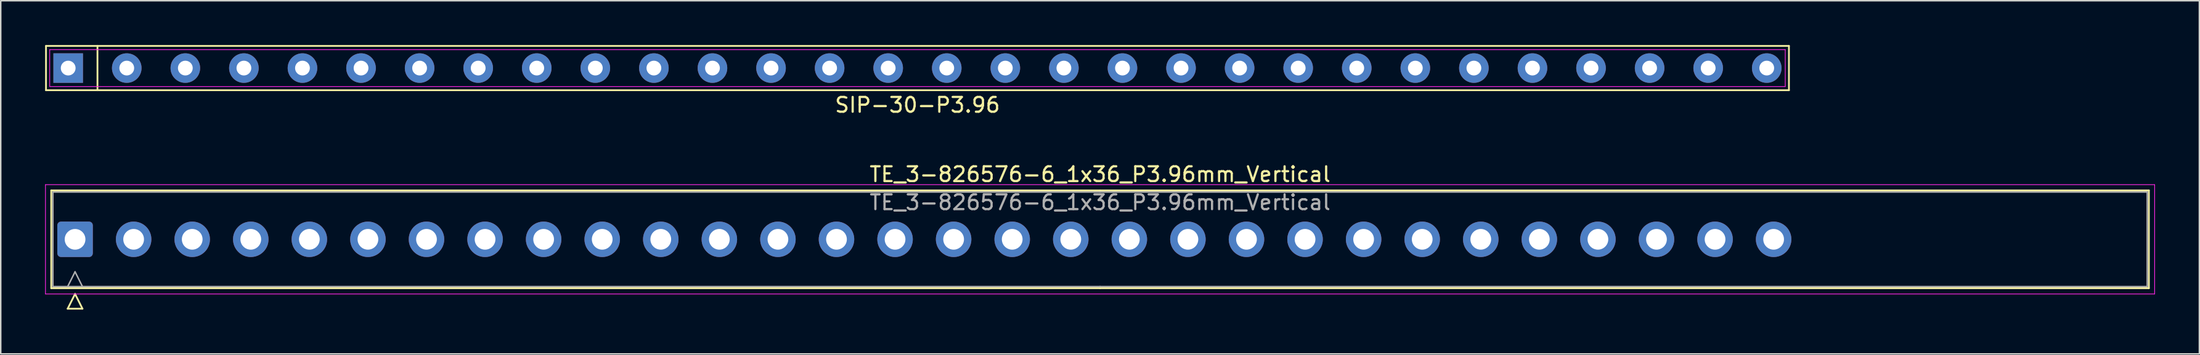
<source format=kicad_pcb>
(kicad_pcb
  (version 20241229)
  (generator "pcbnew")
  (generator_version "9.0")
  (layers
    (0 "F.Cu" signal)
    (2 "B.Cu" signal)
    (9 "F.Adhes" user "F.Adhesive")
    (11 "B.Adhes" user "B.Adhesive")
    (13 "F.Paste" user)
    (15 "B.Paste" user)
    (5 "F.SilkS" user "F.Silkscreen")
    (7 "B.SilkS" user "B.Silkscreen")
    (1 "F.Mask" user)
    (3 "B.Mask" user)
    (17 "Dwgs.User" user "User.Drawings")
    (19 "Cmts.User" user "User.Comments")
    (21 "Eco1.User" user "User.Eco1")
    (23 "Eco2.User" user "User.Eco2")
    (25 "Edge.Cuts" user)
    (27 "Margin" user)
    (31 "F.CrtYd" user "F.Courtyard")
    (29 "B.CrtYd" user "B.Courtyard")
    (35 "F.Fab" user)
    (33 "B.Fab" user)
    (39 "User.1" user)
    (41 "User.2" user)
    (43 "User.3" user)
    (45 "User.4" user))
  (footprint "SIP-30-P3.96"
    (layer "F.Cu")
    (at 58.98 1.56)
    (property "Reference" "SIP-30-P3.96" (at 0 2.5 0) (layer "F.SilkS") (effects (font (size 1 1) (thickness 0.15))))
    (attr through_hole)
    (fp_line (start -58.92 -1.5) (end 58.92 -1.5) (stroke (width 0.12) (type solid)) (layer "F.SilkS"))
    (fp_line (start -58.92 1.5) (end -58.92 -1.5) (stroke (width 0.12) (type solid)) (layer "F.SilkS"))
    (fp_line (start -55.44 -1.5) (end -55.44 1.5) (stroke (width 0.12) (type solid)) (layer "F.SilkS"))
    (fp_line (start 58.92 -1.5) (end 58.92 1.5) (stroke (width 0.12) (type solid)) (layer "F.SilkS"))
    (fp_line (start 58.92 1.5) (end -58.92 1.5) (stroke (width 0.12) (type solid)) (layer "F.SilkS"))
    (fp_line (start -58.67 -1.25) (end 58.67 -1.25) (stroke (width 0.05) (type solid)) (layer "F.CrtYd"))
    (fp_line (start -58.67 1.25) (end -58.67 -1.25) (stroke (width 0.05) (type solid)) (layer "F.CrtYd"))
    (fp_line (start 58.67 -1.25) (end 58.67 1.25) (stroke (width 0.05) (type solid)) (layer "F.CrtYd"))
    (fp_line (start 58.67 1.25) (end -58.67 1.25) (stroke (width 0.05) (type solid)) (layer "F.CrtYd"))
    (pad "1" thru_hole rect (at -57.42 0) (size 2 2) (drill 1) (layers "*.Cu" "*.Mask"))
    (pad "2" thru_hole circle (at -53.46 0) (size 2 2) (drill 1) (layers "*.Cu" "*.Mask"))
    (pad "3" thru_hole circle (at -49.5 0) (size 2 2) (drill 1) (layers "*.Cu" "*.Mask"))
    (pad "4" thru_hole circle (at -45.54 0) (size 2 2) (drill 1) (layers "*.Cu" "*.Mask"))
    (pad "5" thru_hole circle (at -41.58 0) (size 2 2) (drill 1) (layers "*.Cu" "*.Mask"))
    (pad "6" thru_hole circle (at -37.62 0) (size 2 2) (drill 1) (layers "*.Cu" "*.Mask"))
    (pad "7" thru_hole circle (at -33.66 0) (size 2 2) (drill 1) (layers "*.Cu" "*.Mask"))
    (pad "8" thru_hole circle (at -29.7 0) (size 2 2) (drill 1) (layers "*.Cu" "*.Mask"))
    (pad "9" thru_hole circle (at -25.74 0) (size 2 2) (drill 1) (layers "*.Cu" "*.Mask"))
    (pad "10" thru_hole circle (at -21.78 0) (size 2 2) (drill 1) (layers "*.Cu" "*.Mask"))
    (pad "11" thru_hole circle (at -17.82 0) (size 2 2) (drill 1) (layers "*.Cu" "*.Mask"))
    (pad "12" thru_hole circle (at -13.86 0) (size 2 2) (drill 1) (layers "*.Cu" "*.Mask"))
    (pad "13" thru_hole circle (at -9.9 0) (size 2 2) (drill 1) (layers "*.Cu" "*.Mask"))
    (pad "14" thru_hole circle (at -5.94 0) (size 2 2) (drill 1) (layers "*.Cu" "*.Mask"))
    (pad "15" thru_hole circle (at -1.98 0) (size 2 2) (drill 1) (layers "*.Cu" "*.Mask"))
    (pad "16" thru_hole circle (at 1.98 0) (size 2 2) (drill 1) (layers "*.Cu" "*.Mask"))
    (pad "17" thru_hole circle (at 5.94 0) (size 2 2) (drill 1) (layers "*.Cu" "*.Mask"))
    (pad "18" thru_hole circle (at 9.9 0) (size 2 2) (drill 1) (layers "*.Cu" "*.Mask"))
    (pad "19" thru_hole circle (at 13.86 0) (size 2 2) (drill 1) (layers "*.Cu" "*.Mask"))
    (pad "20" thru_hole circle (at 17.82 0) (size 2 2) (drill 1) (layers "*.Cu" "*.Mask"))
    (pad "21" thru_hole circle (at 21.78 0) (size 2 2) (drill 1) (layers "*.Cu" "*.Mask"))
    (pad "22" thru_hole circle (at 25.74 0) (size 2 2) (drill 1) (layers "*.Cu" "*.Mask"))
    (pad "23" thru_hole circle (at 29.7 0) (size 2 2) (drill 1) (layers "*.Cu" "*.Mask"))
    (pad "24" thru_hole circle (at 33.66 0) (size 2 2) (drill 1) (layers "*.Cu" "*.Mask"))
    (pad "25" thru_hole circle (at 37.62 0) (size 2 2) (drill 1) (layers "*.Cu" "*.Mask"))
    (pad "26" thru_hole circle (at 41.58 0) (size 2 2) (drill 1) (layers "*.Cu" "*.Mask"))
    (pad "27" thru_hole circle (at 45.54 0) (size 2 2) (drill 1) (layers "*.Cu" "*.Mask"))
    (pad "28" thru_hole circle (at 49.5 0) (size 2 2) (drill 1) (layers "*.Cu" "*.Mask"))
    (pad "29" thru_hole circle (at 53.46 0) (size 2 2) (drill 1) (layers "*.Cu" "*.Mask"))
    (pad "30" thru_hole circle (at 57.42 0) (size 2 2) (drill 1) (layers "*.Cu" "*.Mask")))
  (footprint "TE_3-826576-6_1x36_P3.96mm_Vertical"
    (layer "F.Cu")
    (at 2.025 13.156)
    (property "Reference" "TE_3-826576-6_1x36_P3.96mm_Vertical" (at 69.3 -4.4 0) (layer "F.SilkS") (effects (font (size 1 1) (thickness 0.15))))
    (attr through_hole)
    (fp_line (start -1.61 -3.31) (end -1.61 3.31) (stroke (width 0.12) (type solid)) (layer "F.SilkS"))
    (fp_line (start -1.61 3.31) (end 69.3 3.31) (stroke (width 0.12) (type solid)) (layer "F.SilkS"))
    (fp_line (start -0.5 4.7) (end 0 3.7) (stroke (width 0.12) (type solid)) (layer "F.SilkS"))
    (fp_line (start 0 3.7) (end 0.5 4.7) (stroke (width 0.12) (type solid)) (layer "F.SilkS"))
    (fp_line (start 0.5 4.7) (end -0.5 4.7) (stroke (width 0.12) (type solid)) (layer "F.SilkS"))
    (fp_line (start 69.3 -3.31) (end -1.61 -3.31) (stroke (width 0.12) (type solid)) (layer "F.SilkS"))
    (fp_line (start 69.3 -3.31) (end 140.21 -3.31) (stroke (width 0.12) (type solid)) (layer "F.SilkS"))
    (fp_line (start 140.21 -3.31) (end 140.21 3.31) (stroke (width 0.12) (type solid)) (layer "F.SilkS"))
    (fp_line (start 140.21 3.31) (end 69.3 3.31) (stroke (width 0.12) (type solid)) (layer "F.SilkS"))
    (fp_line (start -2 -3.7) (end -2 3.7) (stroke (width 0.05) (type solid)) (layer "F.CrtYd"))
    (fp_line (start -2 3.7) (end 140.6 3.7) (stroke (width 0.05) (type solid)) (layer "F.CrtYd"))
    (fp_line (start 140.6 -3.7) (end -2 -3.7) (stroke (width 0.05) (type solid)) (layer "F.CrtYd"))
    (fp_line (start 140.6 3.7) (end 140.6 -3.7) (stroke (width 0.05) (type solid)) (layer "F.CrtYd"))
    (fp_line (start -1.5 -3.2) (end -1.5 3.2) (stroke (width 0.1) (type solid)) (layer "F.Fab"))
    (fp_line (start -1.5 3.2) (end 69.3 3.2) (stroke (width 0.1) (type solid)) (layer "F.Fab"))
    (fp_line (start -0.5 3.2) (end 0 2.2) (stroke (width 0.1) (type solid)) (layer "F.Fab"))
    (fp_line (start 0 2.2) (end 0.5 3.2) (stroke (width 0.1) (type solid)) (layer "F.Fab"))
    (fp_line (start 69.3 -3.2) (end -1.5 -3.2) (stroke (width 0.1) (type solid)) (layer "F.Fab"))
    (fp_line (start 69.3 -3.2) (end 140.1 -3.2) (stroke (width 0.1) (type solid)) (layer "F.Fab"))
    (fp_line (start 140.1 -3.2) (end 140.1 3.2) (stroke (width 0.1) (type solid)) (layer "F.Fab"))
    (fp_line (start 140.1 3.2) (end 69.3 3.2) (stroke (width 0.1) (type solid)) (layer "F.Fab"))
    (fp_text user "${REFERENCE}" (at 69.3 -2.5 0) (layer "F.Fab") (effects (font (size 1 1) (thickness 0.15))))
    (pad "1" thru_hole roundrect (at 0 0) (size 2.4 2.4) (drill 1.4) (layers "*.Cu" "*.Mask") (roundrect_rratio 0.104))
    (pad "2" thru_hole circle (at 3.96 0) (size 2.4 2.4) (drill 1.4) (layers "*.Cu" "*.Mask"))
    (pad "3" thru_hole circle (at 7.92 0) (size 2.4 2.4) (drill 1.4) (layers "*.Cu" "*.Mask"))
    (pad "4" thru_hole circle (at 11.88 0) (size 2.4 2.4) (drill 1.4) (layers "*.Cu" "*.Mask"))
    (pad "5" thru_hole circle (at 15.84 0) (size 2.4 2.4) (drill 1.4) (layers "*.Cu" "*.Mask"))
    (pad "6" thru_hole circle (at 19.8 0) (size 2.4 2.4) (drill 1.4) (layers "*.Cu" "*.Mask"))
    (pad "7" thru_hole circle (at 23.76 0) (size 2.4 2.4) (drill 1.4) (layers "*.Cu" "*.Mask"))
    (pad "8" thru_hole circle (at 27.72 0) (size 2.4 2.4) (drill 1.4) (layers "*.Cu" "*.Mask"))
    (pad "9" thru_hole circle (at 31.68 0) (size 2.4 2.4) (drill 1.4) (layers "*.Cu" "*.Mask"))
    (pad "10" thru_hole circle (at 35.64 0) (size 2.4 2.4) (drill 1.4) (layers "*.Cu" "*.Mask"))
    (pad "11" thru_hole circle (at 39.6 0) (size 2.4 2.4) (drill 1.4) (layers "*.Cu" "*.Mask"))
    (pad "12" thru_hole circle (at 43.56 0) (size 2.4 2.4) (drill 1.4) (layers "*.Cu" "*.Mask"))
    (pad "13" thru_hole circle (at 47.52 0) (size 2.4 2.4) (drill 1.4) (layers "*.Cu" "*.Mask"))
    (pad "14" thru_hole circle (at 51.48 0) (size 2.4 2.4) (drill 1.4) (layers "*.Cu" "*.Mask"))
    (pad "15" thru_hole circle (at 55.44 0) (size 2.4 2.4) (drill 1.4) (layers "*.Cu" "*.Mask"))
    (pad "16" thru_hole circle (at 59.4 0) (size 2.4 2.4) (drill 1.4) (layers "*.Cu" "*.Mask"))
    (pad "17" thru_hole circle (at 63.36 0) (size 2.4 2.4) (drill 1.4) (layers "*.Cu" "*.Mask"))
    (pad "18" thru_hole circle (at 67.32 0) (size 2.4 2.4) (drill 1.4) (layers "*.Cu" "*.Mask"))
    (pad "19" thru_hole circle (at 71.28 0) (size 2.4 2.4) (drill 1.4) (layers "*.Cu" "*.Mask"))
    (pad "20" thru_hole circle (at 75.24 0) (size 2.4 2.4) (drill 1.4) (layers "*.Cu" "*.Mask"))
    (pad "21" thru_hole circle (at 79.2 0) (size 2.4 2.4) (drill 1.4) (layers "*.Cu" "*.Mask"))
    (pad "22" thru_hole circle (at 83.16 0) (size 2.4 2.4) (drill 1.4) (layers "*.Cu" "*.Mask"))
    (pad "23" thru_hole circle (at 87.12 0) (size 2.4 2.4) (drill 1.4) (layers "*.Cu" "*.Mask"))
    (pad "24" thru_hole circle (at 91.08 0) (size 2.4 2.4) (drill 1.4) (layers "*.Cu" "*.Mask"))
    (pad "25" thru_hole circle (at 95.04 0) (size 2.4 2.4) (drill 1.4) (layers "*.Cu" "*.Mask"))
    (pad "26" thru_hole circle (at 99 0) (size 2.4 2.4) (drill 1.4) (layers "*.Cu" "*.Mask"))
    (pad "27" thru_hole circle (at 102.96 0) (size 2.4 2.4) (drill 1.4) (layers "*.Cu" "*.Mask"))
    (pad "28" thru_hole circle (at 106.92 0) (size 2.4 2.4) (drill 1.4) (layers "*.Cu" "*.Mask"))
    (pad "29" thru_hole circle (at 110.88 0) (size 2.4 2.4) (drill 1.4) (layers "*.Cu" "*.Mask"))
    (pad "30" thru_hole circle (at 114.84 0) (size 2.4 2.4) (drill 1.4) (layers "*.Cu" "*.Mask")))
  (gr_rect
    (start -3 -3)
    (end 145.65 20.916)
    (stroke (width 0.1) (type default))
    (fill no)
    (layer "Edge.Cuts")))
</source>
